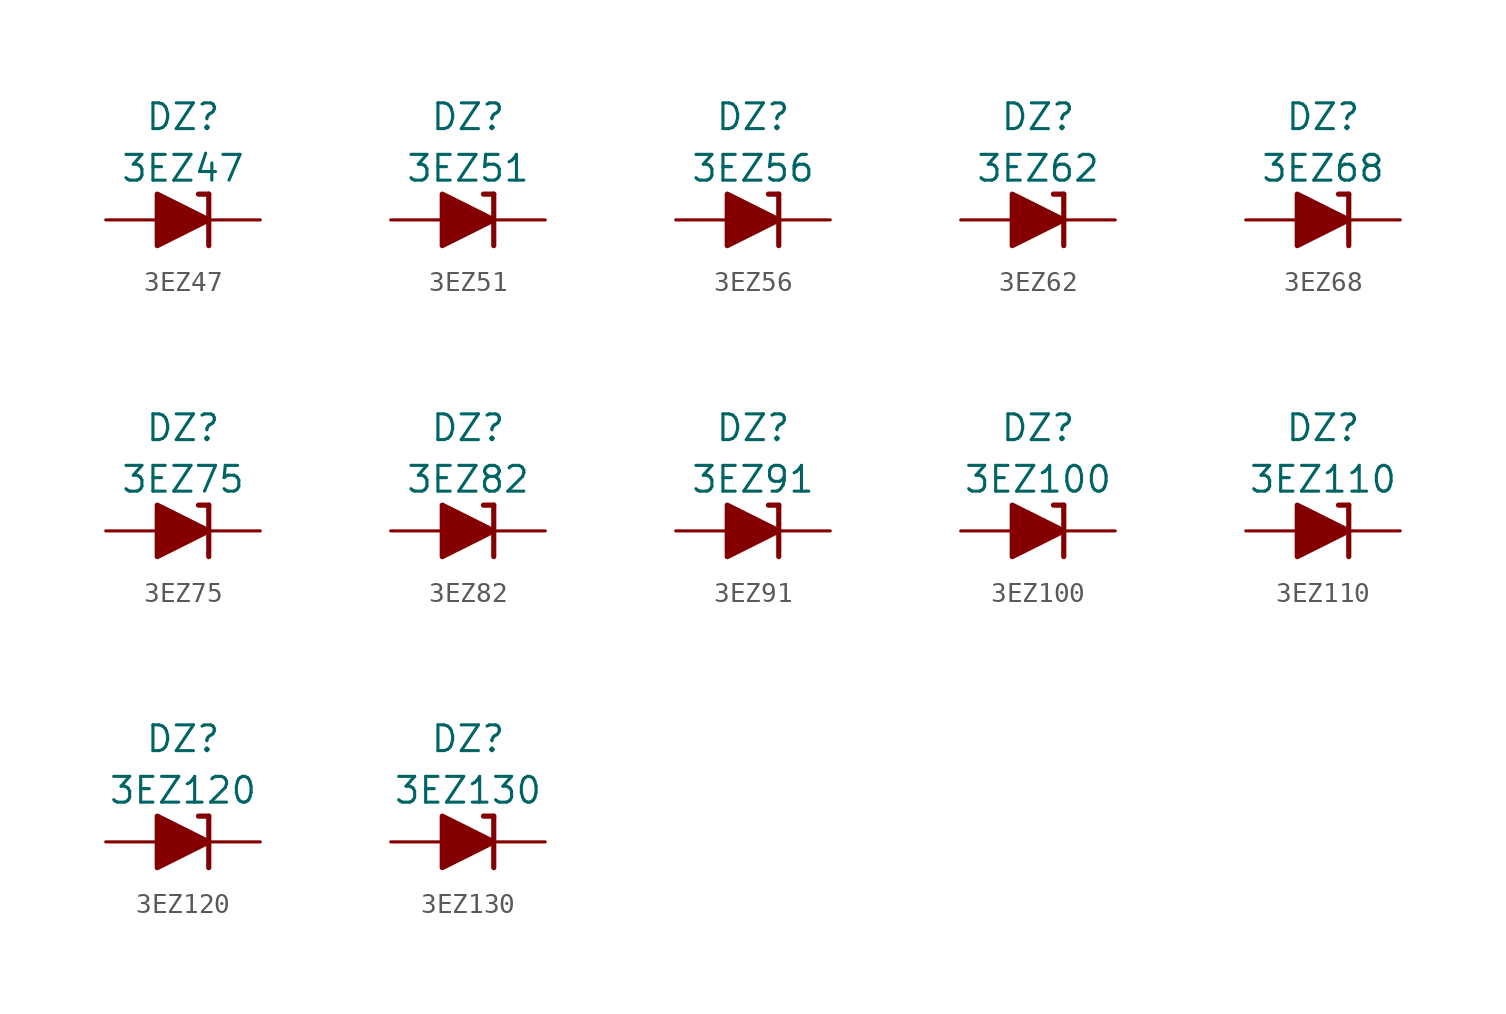
<source format=kicad_sym>
(kicad_symbol_lib
  (version 20201005)
  (generator kicad_symbol_editor)
  (symbol "Diode_Zener_AKL:3EZ47"
    (pin_numbers hide)
    (pin_names
      (offset 1.016) hide)
    (property "Reference" "DZ"
      (at 0 5.08 0)
      (effects (font (size 1.27 1.27))))
    (property "Value" "3EZ47"
      (at 0 2.54 0)
      (effects (font (size 1.27 1.27))))
    (symbol "3EZ47_0_1"
      (polyline (pts (xy -1.27 0) (xy 1.27 0)) (stroke (width 0)) (fill (type none)))
      (polyline (pts (xy 1.27 1.27) (xy 0.762 1.27)) (stroke (width 0.254)) (fill (type none)))
      (polyline (pts (xy 1.27 1.27) (xy 1.27 -1.27)) (stroke (width 0.254)) (fill (type none)))
      (polyline (pts (xy -1.27 -1.27) (xy -1.27 1.27) (xy 1.27 0) (xy -1.27 -1.27)) (stroke (width 0.254)) (fill (type outline))))
    (symbol "3EZ47_1_1"
      (pin passive line (at 3.81 0 180) (length 2.54) (name "K" (effects (font (size 1.27 1.27)))) (number "1" (effects (font (size 1.27 1.27)))))
      (pin passive line (at -3.81 0 0) (length 2.54) (name "A" (effects (font (size 1.27 1.27)))) (number "2" (effects (font (size 1.27 1.27)))))))
  (symbol "Diode_Zener_AKL:3EZ51"
    (pin_numbers hide)
    (pin_names
      (offset 1.016) hide)
    (property "Reference" "DZ"
      (at 0 5.08 0)
      (effects (font (size 1.27 1.27))))
    (property "Value" "3EZ51"
      (at 0 2.54 0)
      (effects (font (size 1.27 1.27))))
    (symbol "3EZ51_0_1"
      (polyline (pts (xy -1.27 0) (xy 1.27 0)) (stroke (width 0)) (fill (type none)))
      (polyline (pts (xy 1.27 1.27) (xy 0.762 1.27)) (stroke (width 0.254)) (fill (type none)))
      (polyline (pts (xy 1.27 1.27) (xy 1.27 -1.27)) (stroke (width 0.254)) (fill (type none)))
      (polyline (pts (xy -1.27 -1.27) (xy -1.27 1.27) (xy 1.27 0) (xy -1.27 -1.27)) (stroke (width 0.254)) (fill (type outline))))
    (symbol "3EZ51_1_1"
      (pin passive line (at 3.81 0 180) (length 2.54) (name "K" (effects (font (size 1.27 1.27)))) (number "1" (effects (font (size 1.27 1.27)))))
      (pin passive line (at -3.81 0 0) (length 2.54) (name "A" (effects (font (size 1.27 1.27)))) (number "2" (effects (font (size 1.27 1.27)))))))
  (symbol "Diode_Zener_AKL:3EZ56"
    (pin_numbers hide)
    (pin_names
      (offset 1.016) hide)
    (property "Reference" "DZ"
      (at 0 5.08 0)
      (effects (font (size 1.27 1.27))))
    (property "Value" "3EZ56"
      (at 0 2.54 0)
      (effects (font (size 1.27 1.27))))
    (symbol "3EZ56_0_1"
      (polyline (pts (xy -1.27 0) (xy 1.27 0)) (stroke (width 0)) (fill (type none)))
      (polyline (pts (xy 1.27 1.27) (xy 0.762 1.27)) (stroke (width 0.254)) (fill (type none)))
      (polyline (pts (xy 1.27 1.27) (xy 1.27 -1.27)) (stroke (width 0.254)) (fill (type none)))
      (polyline (pts (xy -1.27 -1.27) (xy -1.27 1.27) (xy 1.27 0) (xy -1.27 -1.27)) (stroke (width 0.254)) (fill (type outline))))
    (symbol "3EZ56_1_1"
      (pin passive line (at 3.81 0 180) (length 2.54) (name "K" (effects (font (size 1.27 1.27)))) (number "1" (effects (font (size 1.27 1.27)))))
      (pin passive line (at -3.81 0 0) (length 2.54) (name "A" (effects (font (size 1.27 1.27)))) (number "2" (effects (font (size 1.27 1.27)))))))
  (symbol "Diode_Zener_AKL:3EZ62"
    (pin_numbers hide)
    (pin_names
      (offset 1.016) hide)
    (property "Reference" "DZ"
      (at 0 5.08 0)
      (effects (font (size 1.27 1.27))))
    (property "Value" "3EZ62"
      (at 0 2.54 0)
      (effects (font (size 1.27 1.27))))
    (symbol "3EZ62_0_1"
      (polyline (pts (xy -1.27 0) (xy 1.27 0)) (stroke (width 0)) (fill (type none)))
      (polyline (pts (xy 1.27 1.27) (xy 0.762 1.27)) (stroke (width 0.254)) (fill (type none)))
      (polyline (pts (xy 1.27 1.27) (xy 1.27 -1.27)) (stroke (width 0.254)) (fill (type none)))
      (polyline (pts (xy -1.27 -1.27) (xy -1.27 1.27) (xy 1.27 0) (xy -1.27 -1.27)) (stroke (width 0.254)) (fill (type outline))))
    (symbol "3EZ62_1_1"
      (pin passive line (at 3.81 0 180) (length 2.54) (name "K" (effects (font (size 1.27 1.27)))) (number "1" (effects (font (size 1.27 1.27)))))
      (pin passive line (at -3.81 0 0) (length 2.54) (name "A" (effects (font (size 1.27 1.27)))) (number "2" (effects (font (size 1.27 1.27)))))))
  (symbol "Diode_Zener_AKL:3EZ68"
    (pin_numbers hide)
    (pin_names
      (offset 1.016) hide)
    (property "Reference" "DZ"
      (at 0 5.08 0)
      (effects (font (size 1.27 1.27))))
    (property "Value" "3EZ68"
      (at 0 2.54 0)
      (effects (font (size 1.27 1.27))))
    (symbol "3EZ68_0_1"
      (polyline (pts (xy -1.27 0) (xy 1.27 0)) (stroke (width 0)) (fill (type none)))
      (polyline (pts (xy 1.27 1.27) (xy 0.762 1.27)) (stroke (width 0.254)) (fill (type none)))
      (polyline (pts (xy 1.27 1.27) (xy 1.27 -1.27)) (stroke (width 0.254)) (fill (type none)))
      (polyline (pts (xy -1.27 -1.27) (xy -1.27 1.27) (xy 1.27 0) (xy -1.27 -1.27)) (stroke (width 0.254)) (fill (type outline))))
    (symbol "3EZ68_1_1"
      (pin passive line (at 3.81 0 180) (length 2.54) (name "K" (effects (font (size 1.27 1.27)))) (number "1" (effects (font (size 1.27 1.27)))))
      (pin passive line (at -3.81 0 0) (length 2.54) (name "A" (effects (font (size 1.27 1.27)))) (number "2" (effects (font (size 1.27 1.27)))))))
  (symbol "Diode_Zener_AKL:3EZ75"
    (pin_numbers hide)
    (pin_names
      (offset 1.016) hide)
    (property "Reference" "DZ"
      (at 0 5.08 0)
      (effects (font (size 1.27 1.27))))
    (property "Value" "3EZ75"
      (at 0 2.54 0)
      (effects (font (size 1.27 1.27))))
    (symbol "3EZ75_0_1"
      (polyline (pts (xy -1.27 0) (xy 1.27 0)) (stroke (width 0)) (fill (type none)))
      (polyline (pts (xy 1.27 1.27) (xy 0.762 1.27)) (stroke (width 0.254)) (fill (type none)))
      (polyline (pts (xy 1.27 1.27) (xy 1.27 -1.27)) (stroke (width 0.254)) (fill (type none)))
      (polyline (pts (xy -1.27 -1.27) (xy -1.27 1.27) (xy 1.27 0) (xy -1.27 -1.27)) (stroke (width 0.254)) (fill (type outline))))
    (symbol "3EZ75_1_1"
      (pin passive line (at 3.81 0 180) (length 2.54) (name "K" (effects (font (size 1.27 1.27)))) (number "1" (effects (font (size 1.27 1.27)))))
      (pin passive line (at -3.81 0 0) (length 2.54) (name "A" (effects (font (size 1.27 1.27)))) (number "2" (effects (font (size 1.27 1.27)))))))
  (symbol "Diode_Zener_AKL:3EZ82"
    (pin_numbers hide)
    (pin_names
      (offset 1.016) hide)
    (property "Reference" "DZ"
      (at 0 5.08 0)
      (effects (font (size 1.27 1.27))))
    (property "Value" "3EZ82"
      (at 0 2.54 0)
      (effects (font (size 1.27 1.27))))
    (symbol "3EZ82_0_1"
      (polyline (pts (xy -1.27 0) (xy 1.27 0)) (stroke (width 0)) (fill (type none)))
      (polyline (pts (xy 1.27 1.27) (xy 0.762 1.27)) (stroke (width 0.254)) (fill (type none)))
      (polyline (pts (xy 1.27 1.27) (xy 1.27 -1.27)) (stroke (width 0.254)) (fill (type none)))
      (polyline (pts (xy -1.27 -1.27) (xy -1.27 1.27) (xy 1.27 0) (xy -1.27 -1.27)) (stroke (width 0.254)) (fill (type outline))))
    (symbol "3EZ82_1_1"
      (pin passive line (at 3.81 0 180) (length 2.54) (name "K" (effects (font (size 1.27 1.27)))) (number "1" (effects (font (size 1.27 1.27)))))
      (pin passive line (at -3.81 0 0) (length 2.54) (name "A" (effects (font (size 1.27 1.27)))) (number "2" (effects (font (size 1.27 1.27)))))))
  (symbol "Diode_Zener_AKL:3EZ91"
    (pin_numbers hide)
    (pin_names
      (offset 1.016) hide)
    (property "Reference" "DZ"
      (at 0 5.08 0)
      (effects (font (size 1.27 1.27))))
    (property "Value" "3EZ91"
      (at 0 2.54 0)
      (effects (font (size 1.27 1.27))))
    (symbol "3EZ91_0_1"
      (polyline (pts (xy -1.27 0) (xy 1.27 0)) (stroke (width 0)) (fill (type none)))
      (polyline (pts (xy 1.27 1.27) (xy 0.762 1.27)) (stroke (width 0.254)) (fill (type none)))
      (polyline (pts (xy 1.27 1.27) (xy 1.27 -1.27)) (stroke (width 0.254)) (fill (type none)))
      (polyline (pts (xy -1.27 -1.27) (xy -1.27 1.27) (xy 1.27 0) (xy -1.27 -1.27)) (stroke (width 0.254)) (fill (type outline))))
    (symbol "3EZ91_1_1"
      (pin passive line (at 3.81 0 180) (length 2.54) (name "K" (effects (font (size 1.27 1.27)))) (number "1" (effects (font (size 1.27 1.27)))))
      (pin passive line (at -3.81 0 0) (length 2.54) (name "A" (effects (font (size 1.27 1.27)))) (number "2" (effects (font (size 1.27 1.27)))))))
  (symbol "Diode_Zener_AKL:3EZ100"
    (pin_numbers hide)
    (pin_names
      (offset 1.016) hide)
    (property "Reference" "DZ"
      (at 0 5.08 0)
      (effects (font (size 1.27 1.27))))
    (property "Value" "3EZ100"
      (at 0 2.54 0)
      (effects (font (size 1.27 1.27))))
    (symbol "3EZ100_0_1"
      (polyline (pts (xy -1.27 0) (xy 1.27 0)) (stroke (width 0)) (fill (type none)))
      (polyline (pts (xy 1.27 1.27) (xy 0.762 1.27)) (stroke (width 0.254)) (fill (type none)))
      (polyline (pts (xy 1.27 1.27) (xy 1.27 -1.27)) (stroke (width 0.254)) (fill (type none)))
      (polyline (pts (xy -1.27 -1.27) (xy -1.27 1.27) (xy 1.27 0) (xy -1.27 -1.27)) (stroke (width 0.254)) (fill (type outline))))
    (symbol "3EZ100_1_1"
      (pin passive line (at 3.81 0 180) (length 2.54) (name "K" (effects (font (size 1.27 1.27)))) (number "1" (effects (font (size 1.27 1.27)))))
      (pin passive line (at -3.81 0 0) (length 2.54) (name "A" (effects (font (size 1.27 1.27)))) (number "2" (effects (font (size 1.27 1.27)))))))
  (symbol "Diode_Zener_AKL:3EZ110"
    (pin_numbers hide)
    (pin_names
      (offset 1.016) hide)
    (property "Reference" "DZ"
      (at 0 5.08 0)
      (effects (font (size 1.27 1.27))))
    (property "Value" "3EZ110"
      (at 0 2.54 0)
      (effects (font (size 1.27 1.27))))
    (symbol "3EZ110_0_1"
      (polyline (pts (xy -1.27 0) (xy 1.27 0)) (stroke (width 0)) (fill (type none)))
      (polyline (pts (xy 1.27 1.27) (xy 0.762 1.27)) (stroke (width 0.254)) (fill (type none)))
      (polyline (pts (xy 1.27 1.27) (xy 1.27 -1.27)) (stroke (width 0.254)) (fill (type none)))
      (polyline (pts (xy -1.27 -1.27) (xy -1.27 1.27) (xy 1.27 0) (xy -1.27 -1.27)) (stroke (width 0.254)) (fill (type outline))))
    (symbol "3EZ110_1_1"
      (pin passive line (at 3.81 0 180) (length 2.54) (name "K" (effects (font (size 1.27 1.27)))) (number "1" (effects (font (size 1.27 1.27)))))
      (pin passive line (at -3.81 0 0) (length 2.54) (name "A" (effects (font (size 1.27 1.27)))) (number "2" (effects (font (size 1.27 1.27)))))))
  (symbol "Diode_Zener_AKL:3EZ120"
    (pin_numbers hide)
    (pin_names
      (offset 1.016) hide)
    (property "Reference" "DZ"
      (at 0 5.08 0)
      (effects (font (size 1.27 1.27))))
    (property "Value" "3EZ120"
      (at 0 2.54 0)
      (effects (font (size 1.27 1.27))))
    (symbol "3EZ120_0_1"
      (polyline (pts (xy -1.27 0) (xy 1.27 0)) (stroke (width 0)) (fill (type none)))
      (polyline (pts (xy 1.27 1.27) (xy 0.762 1.27)) (stroke (width 0.254)) (fill (type none)))
      (polyline (pts (xy 1.27 1.27) (xy 1.27 -1.27)) (stroke (width 0.254)) (fill (type none)))
      (polyline (pts (xy -1.27 -1.27) (xy -1.27 1.27) (xy 1.27 0) (xy -1.27 -1.27)) (stroke (width 0.254)) (fill (type outline))))
    (symbol "3EZ120_1_1"
      (pin passive line (at 3.81 0 180) (length 2.54) (name "K" (effects (font (size 1.27 1.27)))) (number "1" (effects (font (size 1.27 1.27)))))
      (pin passive line (at -3.81 0 0) (length 2.54) (name "A" (effects (font (size 1.27 1.27)))) (number "2" (effects (font (size 1.27 1.27)))))))
  (symbol "Diode_Zener_AKL:3EZ130"
    (pin_numbers hide)
    (pin_names
      (offset 1.016) hide)
    (property "Reference" "DZ"
      (at 0 5.08 0)
      (effects (font (size 1.27 1.27))))
    (property "Value" "3EZ130"
      (at 0 2.54 0)
      (effects (font (size 1.27 1.27))))
    (symbol "3EZ130_0_1"
      (polyline (pts (xy -1.27 0) (xy 1.27 0)) (stroke (width 0)) (fill (type none)))
      (polyline (pts (xy 1.27 1.27) (xy 0.762 1.27)) (stroke (width 0.254)) (fill (type none)))
      (polyline (pts (xy 1.27 1.27) (xy 1.27 -1.27)) (stroke (width 0.254)) (fill (type none)))
      (polyline (pts (xy -1.27 -1.27) (xy -1.27 1.27) (xy 1.27 0) (xy -1.27 -1.27)) (stroke (width 0.254)) (fill (type outline))))
    (symbol "3EZ130_1_1"
      (pin passive line (at 3.81 0 180) (length 2.54) (name "K" (effects (font (size 1.27 1.27)))) (number "1" (effects (font (size 1.27 1.27)))))
      (pin passive line (at -3.81 0 0) (length 2.54) (name "A" (effects (font (size 1.27 1.27)))) (number "2" (effects (font (size 1.27 1.27))))))))
</source>
